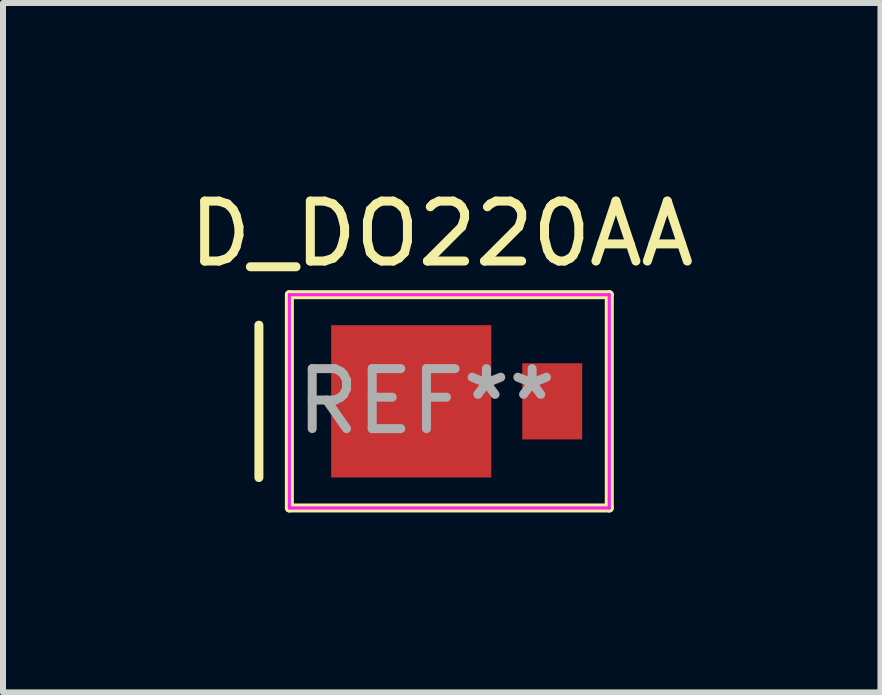
<source format=kicad_pcb>
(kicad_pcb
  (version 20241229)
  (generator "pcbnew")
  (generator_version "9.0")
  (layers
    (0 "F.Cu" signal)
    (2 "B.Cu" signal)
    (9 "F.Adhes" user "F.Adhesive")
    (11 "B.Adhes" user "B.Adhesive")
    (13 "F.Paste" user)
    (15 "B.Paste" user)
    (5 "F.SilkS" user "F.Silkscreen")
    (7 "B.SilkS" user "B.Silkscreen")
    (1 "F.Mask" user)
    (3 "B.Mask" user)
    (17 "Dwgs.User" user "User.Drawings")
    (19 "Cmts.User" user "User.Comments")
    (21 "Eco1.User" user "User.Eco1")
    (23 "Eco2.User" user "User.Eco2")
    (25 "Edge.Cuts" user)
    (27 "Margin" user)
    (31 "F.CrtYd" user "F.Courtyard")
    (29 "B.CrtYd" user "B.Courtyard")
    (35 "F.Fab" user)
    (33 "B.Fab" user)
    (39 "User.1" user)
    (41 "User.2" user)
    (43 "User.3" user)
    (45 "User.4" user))
  (footprint "D_DO220AA"
    (layer "F.Cu")
    (at 3.807 3.642)
    (property "Reference" "D_DO220AA" (at 0.508 -2.794 0) (layer "F.SilkS") (effects (font (size 1 1) (thickness 0.15))))
    (attr through_hole)
    (fp_line (start -2.54 -1.27) (end -2.54 1.27) (stroke (width 0.15) (type solid)) (layer "F.SilkS"))
    (fp_line (start -2.032 -1.778) (end 3.302 -1.778) (stroke (width 0.15) (type solid)) (layer "F.SilkS"))
    (fp_line (start -2.032 1.778) (end -2.032 -1.778) (stroke (width 0.15) (type solid)) (layer "F.SilkS"))
    (fp_line (start 3.302 -1.778) (end 3.302 1.778) (stroke (width 0.15) (type solid)) (layer "F.SilkS"))
    (fp_line (start 3.302 1.778) (end -2.032 1.778) (stroke (width 0.15) (type solid)) (layer "F.SilkS"))
    (fp_line (start -2.032 -1.778) (end 3.302 -1.778) (stroke (width 0.05) (type solid)) (layer "F.CrtYd"))
    (fp_line (start -2.032 1.778) (end -2.032 -1.778) (stroke (width 0.05) (type solid)) (layer "F.CrtYd"))
    (fp_line (start 3.302 -1.778) (end 3.302 1.778) (stroke (width 0.05) (type solid)) (layer "F.CrtYd"))
    (fp_line (start 3.302 1.778) (end -2.032 1.778) (stroke (width 0.05) (type solid)) (layer "F.CrtYd"))
    (fp_line (start -2.032 -1.778) (end 3.302 -1.778) (stroke (width 0.05) (type solid)) (layer "F.Fab"))
    (fp_line (start -2.032 1.778) (end -2.032 -1.778) (stroke (width 0.05) (type solid)) (layer "F.Fab"))
    (fp_line (start 3.302 -1.778) (end 3.302 1.778) (stroke (width 0.05) (type solid)) (layer "F.Fab"))
    (fp_line (start 3.302 1.778) (end -2.032 1.778) (stroke (width 0.05) (type solid)) (layer "F.Fab"))
    (fp_text user "REF**" (at 0.254 0 0) (layer "F.Fab") (effects (font (size 1 1) (thickness 0.15))))
    (pad "1" smd rect (at 0 0) (size 2.67 2.54) (layers "F.Cu" "F.Mask" "F.Paste"))
    (pad "2" smd rect (at 2.351 0) (size 1 1.27) (layers "F.Cu" "F.Mask" "F.Paste")))
  (gr_rect
    (start -3 -3)
    (end 11.631 8.495)
    (stroke (width 0.1) (type default))
    (fill no)
    (layer "Edge.Cuts")))
</source>
